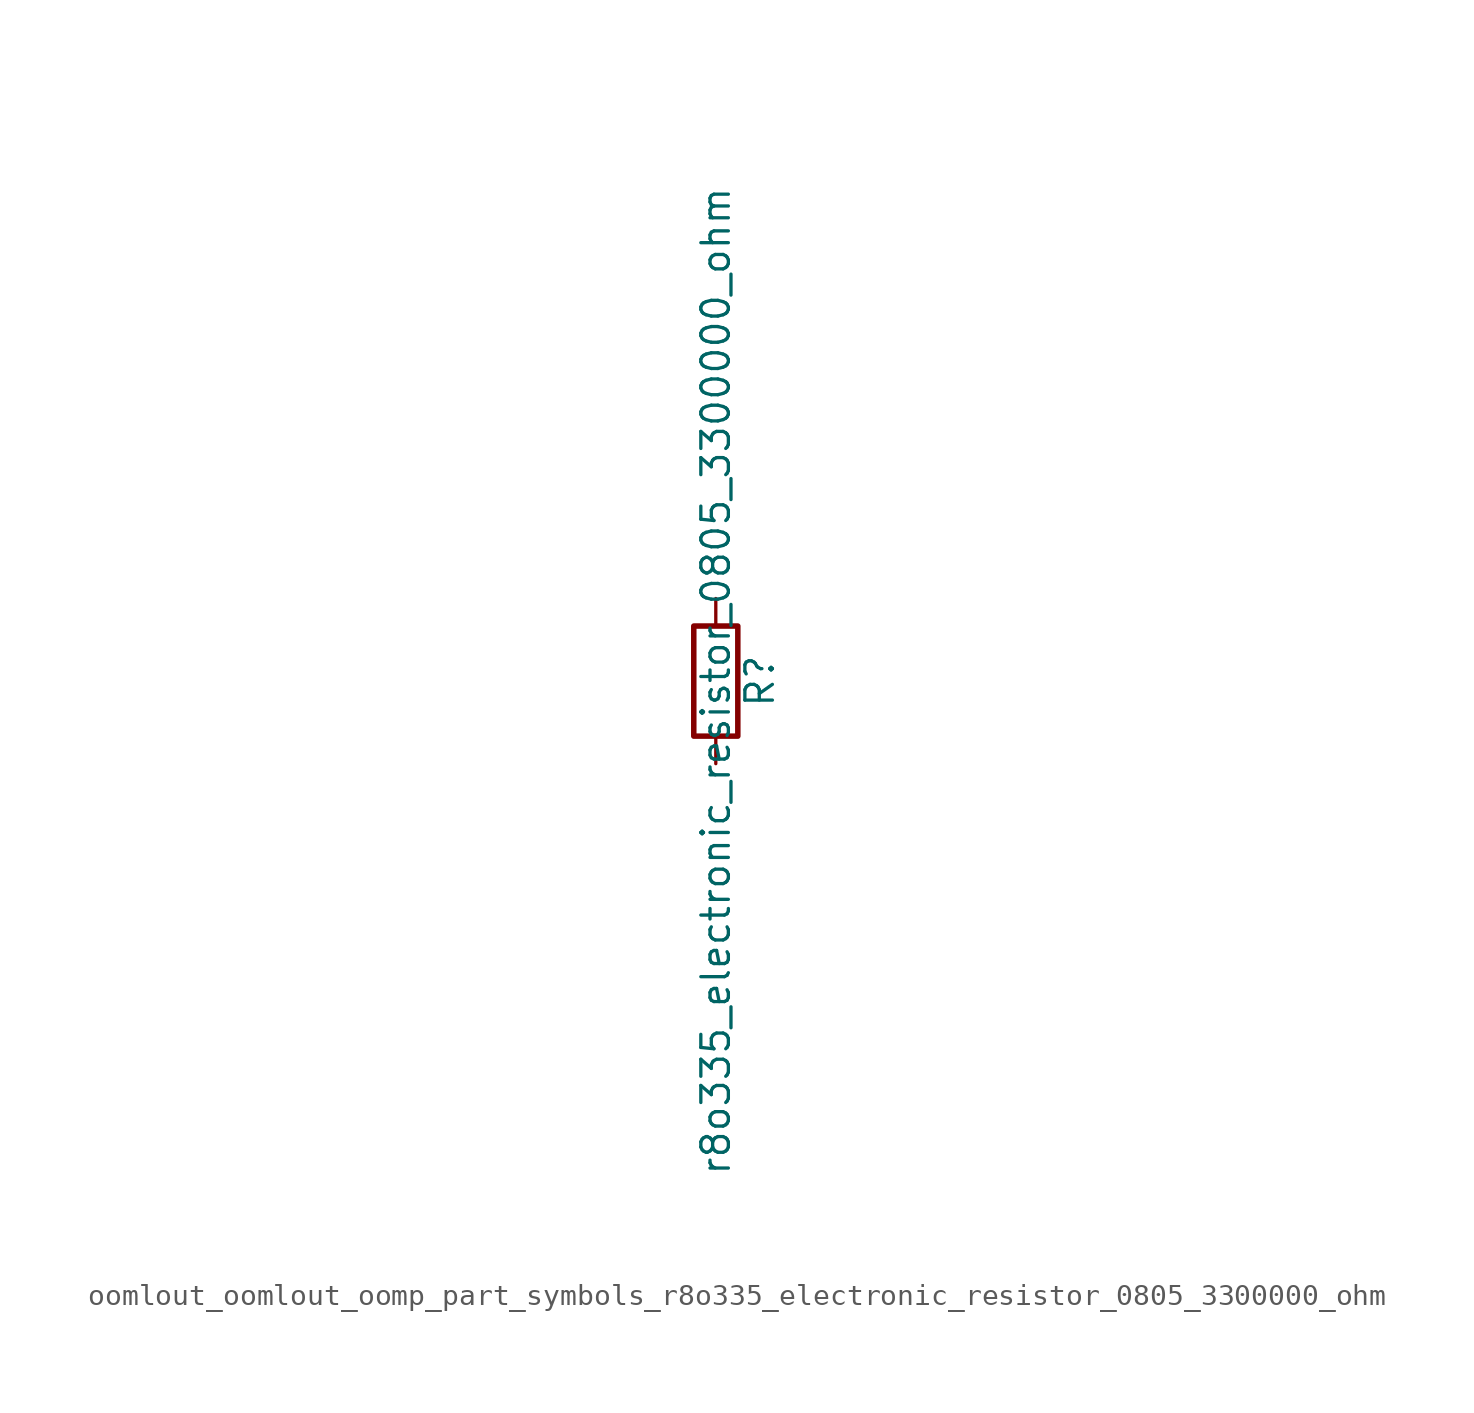
<source format=kicad_sym>
(kicad_symbol_lib
  (version 20220914)
  (generator kicad_symbol_editor)
  (symbol "oomlout_oomlout_oomp_part_symbols_r8o335_electronic_resistor_0805_3300000_ohm"
    (pin_numbers hide)
    (pin_names
      (offset 0))
    (property "Reference" "R"
      (at 2.032 0 90)
      (effects (font (size 1.27 1.27))))
    (property "Value" "r8o335_electronic_resistor_0805_3300000_ohm"
      (at 0 0 90)
      (effects (font (size 1.27 1.27))))
    (symbol "oomlout_oomlout_oomp_part_symbols_r8o335_electronic_resistor_0805_3300000_ohm_0_1"
      (rectangle (start -1.016 -2.54) (end 1.016 2.54) (stroke (width 0.254) (type default)) (fill (type none))))
    (symbol "oomlout_oomlout_oomp_part_symbols_r8o335_electronic_resistor_0805_3300000_ohm_1_1"
      (pin passive line (at 0 3.81 270) (length 1.27) (name "~" (effects (font (size 1.27 1.27)))) (number "1" (effects (font (size 1.27 1.27)))))
      (pin passive line (at 0 -3.81 90) (length 1.27) (name "~" (effects (font (size 1.27 1.27)))) (number "2" (effects (font (size 1.27 1.27))))))))
</source>
